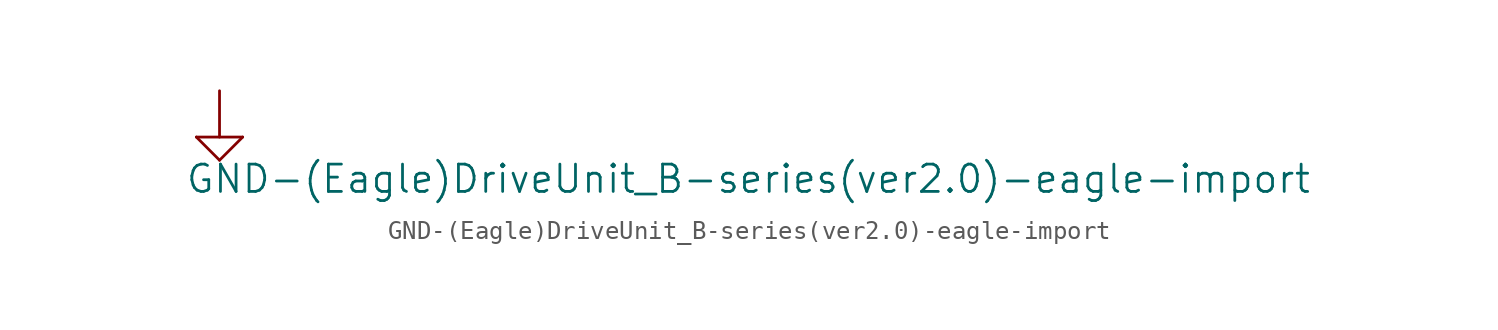
<source format=kicad_sym>
(kicad_symbol_lib
  (version 20220914)
  (generator kicad_symbol_editor)
  (symbol "GND-(Eagle)DriveUnit_B-series(ver2.0)-eagle-import"
    (power)
    (pin_names
      (offset 1.016))
    (property "Reference" "#SUPPLY"
      (at 0 0 0)
      (effects (font (size 1.27 1.27)) hide))
    (property "Value" "GND-(Eagle)DriveUnit_B-series(ver2.0)-eagle-import"
      (at -1.905 -3.175 0)
      (effects (font (size 1.499 1.499)) (justify left bottom)))
    (property "ki_locked" ""
      (at 0 0 0)
      (effects (font (size 1.27 1.27))))
    (symbol "GND-(Eagle)DriveUnit_B-series(ver2.0)-eagle-import_1_0"
      (polyline (pts (xy -1.27 0) (xy 1.27 0)) (stroke (width 0) (type solid)) (fill (type none)))
      (polyline (pts (xy 0 -1.27) (xy -1.27 0)) (stroke (width 0) (type solid)) (fill (type none)))
      (polyline (pts (xy 1.27 0) (xy 0 -1.27)) (stroke (width 0) (type solid)) (fill (type none)))
      (pin power_in line (at 0 2.54 270) (length 2.54) (name "GND" (effects (font (size 0 0)))) (number "1" (effects (font (size 0 0))))))))
</source>
